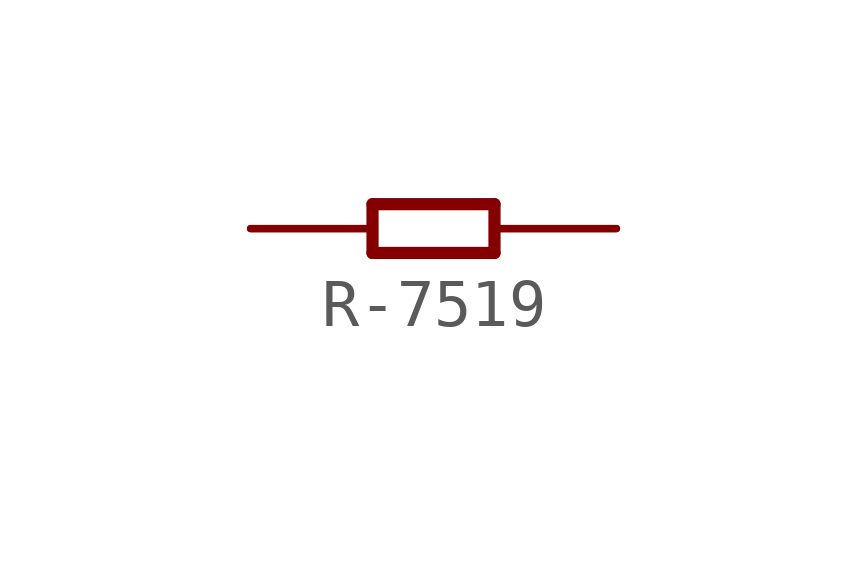
<source format=kicad_sym>
(kicad_symbol_lib
  (version 20241209)
  (generator "kicad_symbol_editor")
  (generator_version "9.0")
  (symbol "R-7519"
    (property "Reference" "R"
      (at -3.81 0 0)
      (effects (font (size 1.27 1.079)) (justify left bottom) (hide yes)))
    (property "ki_locked" ""
      (at 0 0 0)
      (effects (font (size 1.27 1.27))))
    (symbol "R-7519_1_0"
      (polyline (pts (xy -1.27 0.508) (xy 1.27 0.508)) (stroke (width 0.254) (type solid)) (fill (type none)))
      (polyline (pts (xy -1.27 -0.508) (xy -1.27 0.508)) (stroke (width 0.254) (type solid)) (fill (type none)))
      (polyline (pts (xy 1.27 0.508) (xy 1.27 -0.508)) (stroke (width 0.254) (type solid)) (fill (type none)))
      (polyline (pts (xy 1.27 -0.508) (xy -1.27 -0.508)) (stroke (width 0.254) (type solid)) (fill (type none)))
      (pin passive line (at -3.81 0 0) (length 2.54) (name "1" (effects (font (size 0 0)))) (number "1" (effects (font (size 0 0)))))
      (pin passive line (at -3.81 0 0) (length 2.54) (name "1" (effects (font (size 0 0)))) (number "2" (effects (font (size 0 0)))))
      (pin passive line (at 3.81 0 180) (length 2.54) (name "2" (effects (font (size 0 0)))) (number "3" (effects (font (size 0 0)))))
      (pin passive line (at 3.81 0 180) (length 2.54) (name "2" (effects (font (size 0 0)))) (number "4" (effects (font (size 0 0))))))))
</source>
